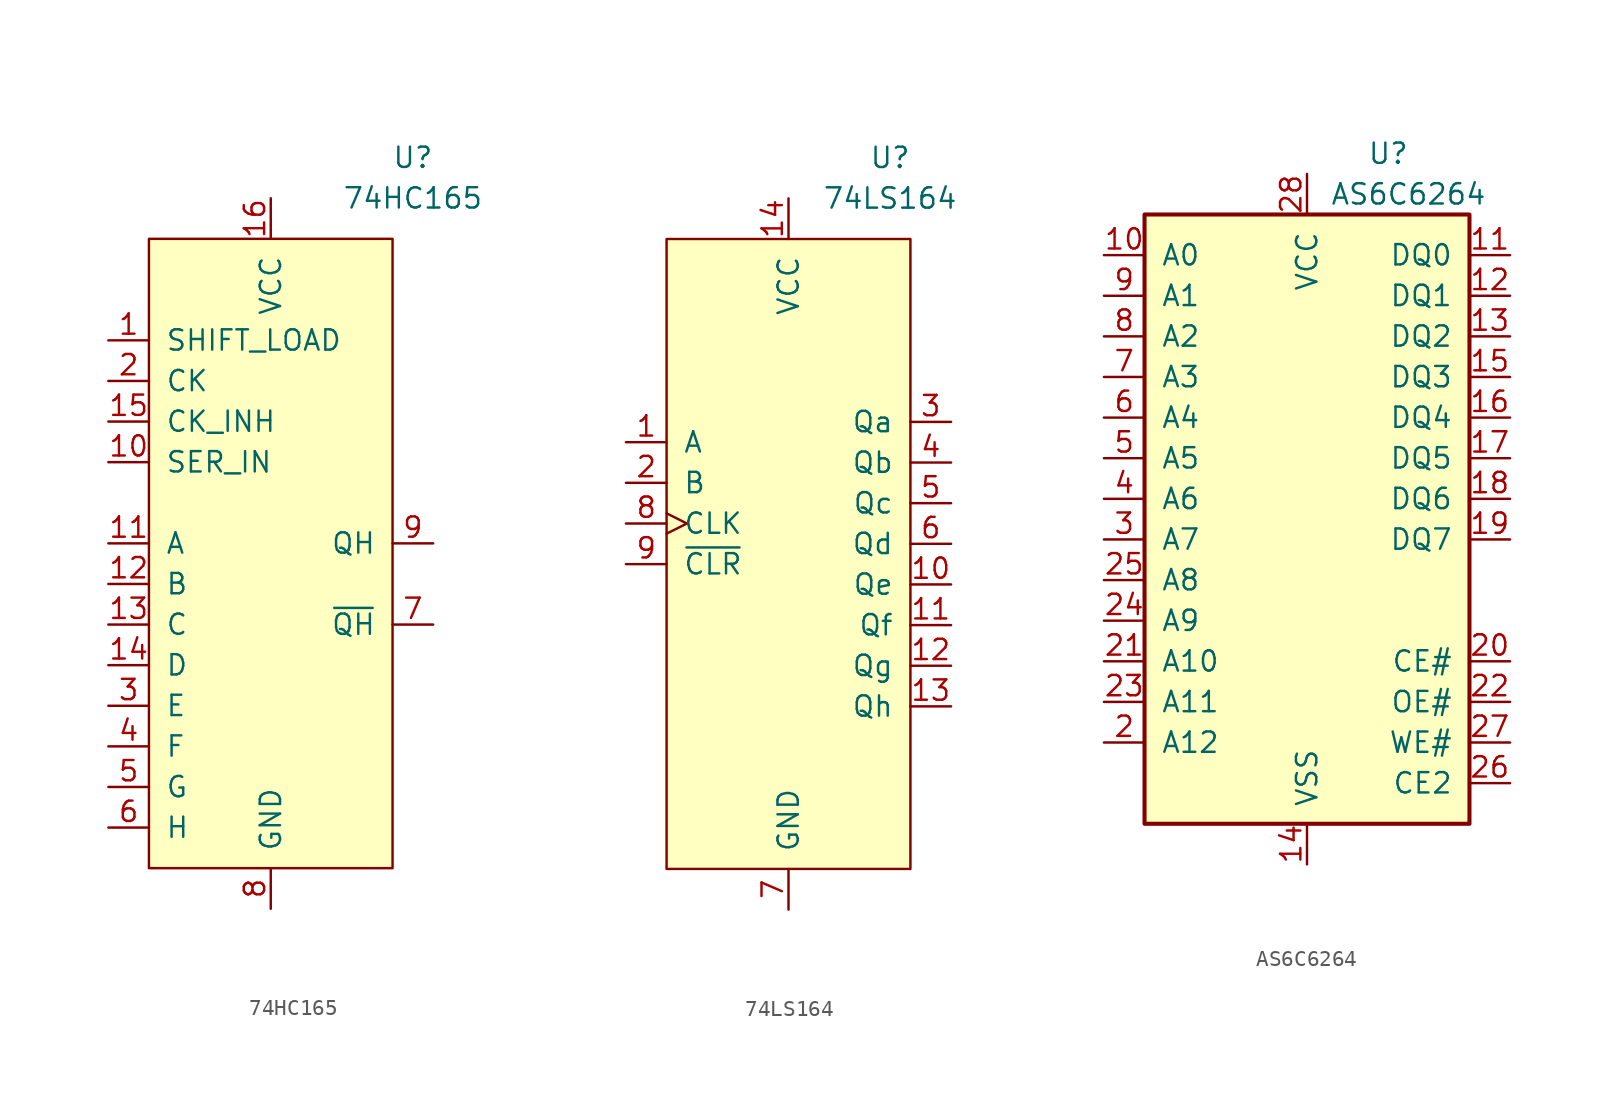
<source format=kicad_sym>
(kicad_symbol_lib
  (version 20211014)
  (generator kicad_symbol_editor)
  (symbol "74HC165"
    (pin_names
      (offset 1.016))
    (property "Reference" "U"
      (at 8.89 26.67 0)
      (effects (font (size 1.27 1.27))))
    (property "Value" "74HC165"
      (at 8.89 24.13 0)
      (effects (font (size 1.27 1.27))))
    (symbol "74HC165_0_1"
      (rectangle (start -7.62 21.59) (end 7.62 -17.78) (stroke (width 0) (type default) (color 0 0 0 0)) (fill (type background))))
    (symbol "74HC165_1_1"
      (pin input line (at -10.16 15.24 0) (length 2.54) (name "SHIFT_LOAD" (effects (font (size 1.27 1.27)))) (number "1" (effects (font (size 1.27 1.27)))))
      (pin input line (at -10.16 7.62 0) (length 2.54) (name "SER_IN" (effects (font (size 1.27 1.27)))) (number "10" (effects (font (size 1.27 1.27)))))
      (pin input line (at -10.16 2.54 0) (length 2.54) (name "A" (effects (font (size 1.27 1.27)))) (number "11" (effects (font (size 1.27 1.27)))))
      (pin input line (at -10.16 0 0) (length 2.54) (name "B" (effects (font (size 1.27 1.27)))) (number "12" (effects (font (size 1.27 1.27)))))
      (pin input line (at -10.16 -2.54 0) (length 2.54) (name "C" (effects (font (size 1.27 1.27)))) (number "13" (effects (font (size 1.27 1.27)))))
      (pin input line (at -10.16 -5.08 0) (length 2.54) (name "D" (effects (font (size 1.27 1.27)))) (number "14" (effects (font (size 1.27 1.27)))))
      (pin input line (at -10.16 10.16 0) (length 2.54) (name "CK_INH" (effects (font (size 1.27 1.27)))) (number "15" (effects (font (size 1.27 1.27)))))
      (pin power_in line (at 0 24.13 270) (length 2.54) (name "VCC" (effects (font (size 1.27 1.27)))) (number "16" (effects (font (size 1.27 1.27)))))
      (pin input line (at -10.16 12.7 0) (length 2.54) (name "CK" (effects (font (size 1.27 1.27)))) (number "2" (effects (font (size 1.27 1.27)))))
      (pin input line (at -10.16 -7.62 0) (length 2.54) (name "E" (effects (font (size 1.27 1.27)))) (number "3" (effects (font (size 1.27 1.27)))))
      (pin input line (at -10.16 -10.16 0) (length 2.54) (name "F" (effects (font (size 1.27 1.27)))) (number "4" (effects (font (size 1.27 1.27)))))
      (pin input line (at -10.16 -12.7 0) (length 2.54) (name "G" (effects (font (size 1.27 1.27)))) (number "5" (effects (font (size 1.27 1.27)))))
      (pin input line (at -10.16 -15.24 0) (length 2.54) (name "H" (effects (font (size 1.27 1.27)))) (number "6" (effects (font (size 1.27 1.27)))))
      (pin output line (at 10.16 -2.54 180) (length 2.54) (name "~{QH}" (effects (font (size 1.27 1.27)))) (number "7" (effects (font (size 1.27 1.27)))))
      (pin power_in line (at 0 -20.32 90) (length 2.54) (name "GND" (effects (font (size 1.27 1.27)))) (number "8" (effects (font (size 1.27 1.27)))))
      (pin output line (at 10.16 2.54 180) (length 2.54) (name "QH" (effects (font (size 1.27 1.27)))) (number "9" (effects (font (size 1.27 1.27)))))))
  (symbol "74LS164"
    (pin_names
      (offset 1.016))
    (property "Reference" "U"
      (at 6.35 25.4 0)
      (effects (font (size 1.27 1.27))))
    (property "Value" "74LS164"
      (at 6.35 22.86 0)
      (effects (font (size 1.27 1.27))))
    (symbol "74LS164_1_1"
      (rectangle (start -7.62 20.32) (end 7.62 -19.05) (stroke (width 0) (type default) (color 0 0 0 0)) (fill (type background)))
      (pin input line (at -10.16 7.62 0) (length 2.54) (name "A" (effects (font (size 1.27 1.27)))) (number "1" (effects (font (size 1.27 1.27)))))
      (pin output line (at 10.16 -1.27 180) (length 2.54) (name "Qe" (effects (font (size 1.27 1.27)))) (number "10" (effects (font (size 1.27 1.27)))))
      (pin output line (at 10.16 -3.81 180) (length 2.54) (name "Qf" (effects (font (size 1.27 1.27)))) (number "11" (effects (font (size 1.27 1.27)))))
      (pin output line (at 10.16 -6.35 180) (length 2.54) (name "Qg" (effects (font (size 1.27 1.27)))) (number "12" (effects (font (size 1.27 1.27)))))
      (pin output line (at 10.16 -8.89 180) (length 2.54) (name "Qh" (effects (font (size 1.27 1.27)))) (number "13" (effects (font (size 1.27 1.27)))))
      (pin power_in line (at 0 22.86 270) (length 2.54) (name "VCC" (effects (font (size 1.27 1.27)))) (number "14" (effects (font (size 1.27 1.27)))))
      (pin input line (at -10.16 5.08 0) (length 2.54) (name "B" (effects (font (size 1.27 1.27)))) (number "2" (effects (font (size 1.27 1.27)))))
      (pin output line (at 10.16 8.89 180) (length 2.54) (name "Qa" (effects (font (size 1.27 1.27)))) (number "3" (effects (font (size 1.27 1.27)))))
      (pin output line (at 10.16 6.35 180) (length 2.54) (name "Qb" (effects (font (size 1.27 1.27)))) (number "4" (effects (font (size 1.27 1.27)))))
      (pin output line (at 10.16 3.81 180) (length 2.54) (name "Qc" (effects (font (size 1.27 1.27)))) (number "5" (effects (font (size 1.27 1.27)))))
      (pin output line (at 10.16 1.27 180) (length 2.54) (name "Qd" (effects (font (size 1.27 1.27)))) (number "6" (effects (font (size 1.27 1.27)))))
      (pin power_in line (at 0 -21.59 90) (length 2.54) (name "GND" (effects (font (size 1.27 1.27)))) (number "7" (effects (font (size 1.27 1.27)))))
      (pin input clock (at -10.16 2.54 0) (length 2.54) (name "CLK" (effects (font (size 1.27 1.27)))) (number "8" (effects (font (size 1.27 1.27)))))
      (pin input line (at -10.16 0 0) (length 2.54) (name "~{CLR}" (effects (font (size 1.27 1.27)))) (number "9" (effects (font (size 1.27 1.27)))))))
  (symbol "AS6C6264"
    (pin_names
      (offset 1.016))
    (property "Reference" "U"
      (at 5.08 21.59 0)
      (effects (font (size 1.27 1.27))))
    (property "Value" "AS6C6264"
      (at 6.35 19.05 0)
      (effects (font (size 1.27 1.27))))
    (symbol "AS6C6264_1_1"
      (rectangle (start -10.16 17.78) (end 10.16 -20.32) (stroke (width 0.254) (type default) (color 0 0 0 0)) (fill (type background)))
      (pin input line (at -12.7 15.24 0) (length 2.54) (name "A0" (effects (font (size 1.27 1.27)))) (number "10" (effects (font (size 1.27 1.27)))))
      (pin tri_state line (at 12.7 15.24 180) (length 2.54) (name "DQ0" (effects (font (size 1.27 1.27)))) (number "11" (effects (font (size 1.27 1.27)))))
      (pin tri_state line (at 12.7 12.7 180) (length 2.54) (name "DQ1" (effects (font (size 1.27 1.27)))) (number "12" (effects (font (size 1.27 1.27)))))
      (pin tri_state line (at 12.7 10.16 180) (length 2.54) (name "DQ2" (effects (font (size 1.27 1.27)))) (number "13" (effects (font (size 1.27 1.27)))))
      (pin power_in line (at 0 -22.86 90) (length 2.54) (name "VSS" (effects (font (size 1.27 1.27)))) (number "14" (effects (font (size 1.27 1.27)))))
      (pin tri_state line (at 12.7 7.62 180) (length 2.54) (name "DQ3" (effects (font (size 1.27 1.27)))) (number "15" (effects (font (size 1.27 1.27)))))
      (pin tri_state line (at 12.7 5.08 180) (length 2.54) (name "DQ4" (effects (font (size 1.27 1.27)))) (number "16" (effects (font (size 1.27 1.27)))))
      (pin tri_state line (at 12.7 2.54 180) (length 2.54) (name "DQ5" (effects (font (size 1.27 1.27)))) (number "17" (effects (font (size 1.27 1.27)))))
      (pin tri_state line (at 12.7 0 180) (length 2.54) (name "DQ6" (effects (font (size 1.27 1.27)))) (number "18" (effects (font (size 1.27 1.27)))))
      (pin tri_state line (at 12.7 -2.54 180) (length 2.54) (name "DQ7" (effects (font (size 1.27 1.27)))) (number "19" (effects (font (size 1.27 1.27)))))
      (pin input line (at -12.7 -15.24 0) (length 2.54) (name "A12" (effects (font (size 1.27 1.27)))) (number "2" (effects (font (size 1.27 1.27)))))
      (pin input line (at 12.7 -10.16 180) (length 2.54) (name "CE#" (effects (font (size 1.27 1.27)))) (number "20" (effects (font (size 1.27 1.27)))))
      (pin input line (at -12.7 -10.16 0) (length 2.54) (name "A10" (effects (font (size 1.27 1.27)))) (number "21" (effects (font (size 1.27 1.27)))))
      (pin input line (at 12.7 -12.7 180) (length 2.54) (name "OE#" (effects (font (size 1.27 1.27)))) (number "22" (effects (font (size 1.27 1.27)))))
      (pin input line (at -12.7 -12.7 0) (length 2.54) (name "A11" (effects (font (size 1.27 1.27)))) (number "23" (effects (font (size 1.27 1.27)))))
      (pin input line (at -12.7 -7.62 0) (length 2.54) (name "A9" (effects (font (size 1.27 1.27)))) (number "24" (effects (font (size 1.27 1.27)))))
      (pin input line (at -12.7 -5.08 0) (length 2.54) (name "A8" (effects (font (size 1.27 1.27)))) (number "25" (effects (font (size 1.27 1.27)))))
      (pin input line (at 12.7 -17.78 180) (length 2.54) (name "CE2" (effects (font (size 1.27 1.27)))) (number "26" (effects (font (size 1.27 1.27)))))
      (pin input line (at 12.7 -15.24 180) (length 2.54) (name "WE#" (effects (font (size 1.27 1.27)))) (number "27" (effects (font (size 1.27 1.27)))))
      (pin power_in line (at 0 20.32 270) (length 2.54) (name "VCC" (effects (font (size 1.27 1.27)))) (number "28" (effects (font (size 1.27 1.27)))))
      (pin input line (at -12.7 -2.54 0) (length 2.54) (name "A7" (effects (font (size 1.27 1.27)))) (number "3" (effects (font (size 1.27 1.27)))))
      (pin input line (at -12.7 0 0) (length 2.54) (name "A6" (effects (font (size 1.27 1.27)))) (number "4" (effects (font (size 1.27 1.27)))))
      (pin input line (at -12.7 2.54 0) (length 2.54) (name "A5" (effects (font (size 1.27 1.27)))) (number "5" (effects (font (size 1.27 1.27)))))
      (pin input line (at -12.7 5.08 0) (length 2.54) (name "A4" (effects (font (size 1.27 1.27)))) (number "6" (effects (font (size 1.27 1.27)))))
      (pin input line (at -12.7 7.62 0) (length 2.54) (name "A3" (effects (font (size 1.27 1.27)))) (number "7" (effects (font (size 1.27 1.27)))))
      (pin input line (at -12.7 10.16 0) (length 2.54) (name "A2" (effects (font (size 1.27 1.27)))) (number "8" (effects (font (size 1.27 1.27)))))
      (pin input line (at -12.7 12.7 0) (length 2.54) (name "A1" (effects (font (size 1.27 1.27)))) (number "9" (effects (font (size 1.27 1.27))))))))
</source>
